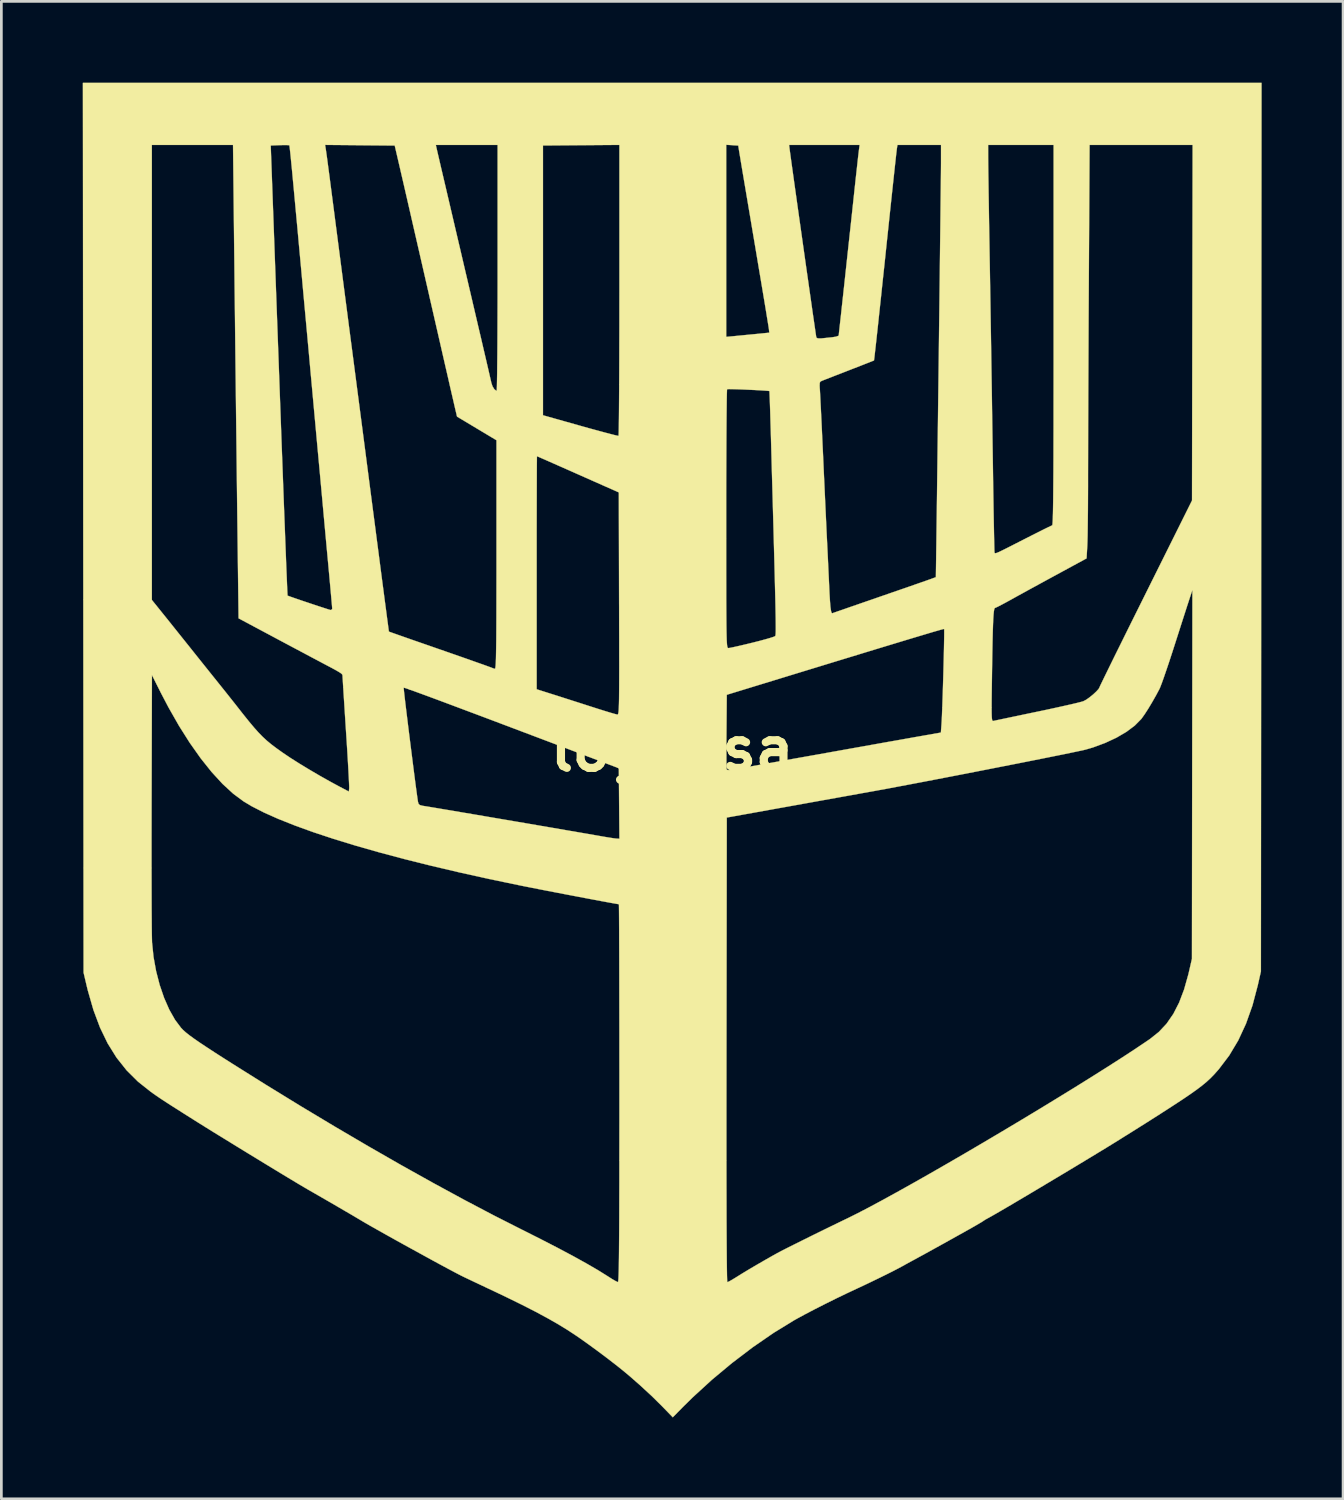
<source format=kicad_pcb>
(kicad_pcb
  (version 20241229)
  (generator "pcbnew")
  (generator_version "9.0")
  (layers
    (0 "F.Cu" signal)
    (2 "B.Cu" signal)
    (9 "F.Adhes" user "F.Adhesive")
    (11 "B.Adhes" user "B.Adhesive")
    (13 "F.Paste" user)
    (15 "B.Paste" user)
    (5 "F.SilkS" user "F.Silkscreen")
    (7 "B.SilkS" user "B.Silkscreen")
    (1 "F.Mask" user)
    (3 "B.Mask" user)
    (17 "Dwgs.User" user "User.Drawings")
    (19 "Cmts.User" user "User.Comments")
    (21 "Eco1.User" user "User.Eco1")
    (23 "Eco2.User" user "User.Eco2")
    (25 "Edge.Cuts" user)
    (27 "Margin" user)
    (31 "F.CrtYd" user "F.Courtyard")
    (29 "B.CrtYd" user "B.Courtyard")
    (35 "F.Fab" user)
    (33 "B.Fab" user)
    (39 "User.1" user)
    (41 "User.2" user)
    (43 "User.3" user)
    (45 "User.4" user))
  (footprint "logousa"
    (layer "F.Cu")
    (at 21.723 24.558)
    (property "Reference" "logousa" (at 0 0 0) (layer "F.SilkS") (effects (font (size 1.524 1.524) (thickness 0.3))))
    (attr through_hole)
    (fp_poly (pts (xy 21.706 -8.181) (xy 21.695 8.191) (xy 21.58 8.7) (xy 21.384 9.444) (xy 21.144 10.12) (xy 20.859 10.734) (xy 20.526 11.291) (xy 20.141 11.798) (xy 20.111 11.832) (xy 19.976 11.984) (xy 19.841 12.123) (xy 19.696 12.257) (xy 19.531 12.394) (xy 19.338 12.541) (xy 19.107 12.705) (xy 18.828 12.895) (xy 18.491 13.116) (xy 18.274 13.257) (xy 18.084 13.379) (xy 17.915 13.488) (xy 17.754 13.59) (xy 17.589 13.695) (xy 17.408 13.81) (xy 17.197 13.942) (xy 16.945 14.101) (xy 16.638 14.292) (xy 16.489 14.386) (xy 16.268 14.523) (xy 15.998 14.689) (xy 15.687 14.878) (xy 15.344 15.086) (xy 14.977 15.308) (xy 14.593 15.539) (xy 14.201 15.774) (xy 13.809 16.008) (xy 13.426 16.237) (xy 13.058 16.456) (xy 12.715 16.659) (xy 12.404 16.843) (xy 12.133 17.001) (xy 11.911 17.13) (xy 11.746 17.224) (xy 11.65 17.277) (xy 11.543 17.336) (xy 11.466 17.386) (xy 11.46 17.391) (xy 11.406 17.426) (xy 11.292 17.493) (xy 11.136 17.584) (xy 10.951 17.689) (xy 10.901 17.717) (xy 10.45 17.969) (xy 10.033 18.201) (xy 9.658 18.409) (xy 9.334 18.588) (xy 9.07 18.732) (xy 8.954 18.796) (xy 8.781 18.889) (xy 8.619 18.978) (xy 8.495 19.047) (xy 8.467 19.062) (xy 8.32 19.141) (xy 8.114 19.248) (xy 7.864 19.373) (xy 7.587 19.509) (xy 7.301 19.647) (xy 7.023 19.78) (xy 6.816 19.876) (xy 6.436 20.054) (xy 6.036 20.247) (xy 5.635 20.446) (xy 5.25 20.642) (xy 4.899 20.825) (xy 4.599 20.988) (xy 4.487 21.051) (xy 3.734 21.513) (xy 2.967 22.042) (xy 2.203 22.623) (xy 1.459 23.243) (xy 0.753 23.89) (xy 0.402 24.236) (xy 0.021 24.623) (xy -0.374 24.216) (xy -0.757 23.837) (xy -1.2 23.429) (xy -1.593 23.085) (xy -1.824 22.893) (xy -2.107 22.668) (xy -2.425 22.423) (xy -2.758 22.173) (xy -3.09 21.931) (xy -3.401 21.71) (xy -3.535 21.618) (xy -3.863 21.402) (xy -4.219 21.185) (xy -4.61 20.962) (xy -5.047 20.727) (xy -5.538 20.476) (xy -6.093 20.204) (xy -6.562 19.98) (xy -6.832 19.853) (xy -7.089 19.731) (xy -7.318 19.623) (xy -7.507 19.533) (xy -7.64 19.47) (xy -7.682 19.45) (xy -7.809 19.387) (xy -8 19.287) (xy -8.243 19.158) (xy -8.529 19.004) (xy -8.848 18.831) (xy -9.189 18.644) (xy -9.542 18.45) (xy -9.897 18.255) (xy -10.243 18.063) (xy -10.57 17.88) (xy -10.867 17.713) (xy -11.125 17.567) (xy -11.333 17.447) (xy -11.451 17.377) (xy -11.596 17.291) (xy -11.798 17.171) (xy -12.044 17.028) (xy -12.318 16.868) (xy -12.603 16.702) (xy -12.886 16.539) (xy -13.151 16.386) (xy -13.383 16.253) (xy -13.399 16.244) (xy -13.546 16.158) (xy -13.756 16.034) (xy -14.019 15.876) (xy -14.326 15.691) (xy -14.667 15.484) (xy -15.032 15.262) (xy -15.412 15.03) (xy -15.799 14.794) (xy -16.181 14.559) (xy -16.55 14.332) (xy -16.897 14.119) (xy -17.211 13.924) (xy -17.483 13.754) (xy -17.653 13.647) (xy -17.981 13.44) (xy -18.246 13.271) (xy -18.461 13.135) (xy -18.633 13.024) (xy -18.774 12.932) (xy -18.893 12.853) (xy -19 12.78) (xy -19.105 12.707) (xy -19.213 12.63) (xy -19.687 12.254) (xy -20.108 11.835) (xy -20.48 11.366) (xy -20.805 10.844) (xy -21.087 10.261) (xy -21.33 9.612) (xy -21.537 8.892) (xy -21.579 8.719) (xy -21.693 8.234) (xy -21.697 3.814) (xy -19.188 3.814) (xy -19.188 4.38) (xy -19.187 4.91) (xy -19.186 5.399) (xy -19.185 5.841) (xy -19.182 6.23) (xy -19.18 6.558) (xy -19.177 6.821) (xy -19.173 7.013) (xy -19.17 7.126) (xy -19.169 7.133) (xy -19.115 7.659) (xy -19.02 8.182) (xy -18.889 8.688) (xy -18.726 9.165) (xy -18.536 9.598) (xy -18.323 9.974) (xy -18.101 10.271) (xy -18.024 10.351) (xy -17.923 10.441) (xy -17.792 10.545) (xy -17.625 10.667) (xy -17.415 10.812) (xy -17.155 10.985) (xy -16.84 11.191) (xy -16.461 11.433) (xy -16.235 11.577) (xy -14.964 12.374) (xy -13.695 13.153) (xy -12.435 13.909) (xy -11.193 14.638) (xy -9.976 15.336) (xy -8.793 15.996) (xy -7.652 16.616) (xy -6.559 17.191) (xy -5.567 17.694) (xy -4.853 18.053) (xy -4.215 18.382) (xy -3.651 18.682) (xy -3.16 18.954) (xy -2.737 19.2) (xy -2.382 19.421) (xy -2.347 19.444) (xy -2.205 19.534) (xy -2.086 19.602) (xy -2.011 19.637) (xy -2 19.64) (xy -1.993 19.625) (xy -1.987 19.578) (xy -1.981 19.495) (xy -1.976 19.373) (xy -1.971 19.21) (xy -1.967 19) (xy -1.963 18.742) (xy -1.96 18.433) (xy -1.957 18.068) (xy -1.954 17.645) (xy -1.952 17.16) (xy -1.951 16.61) (xy -1.949 15.992) (xy -1.949 15.303) (xy -1.948 14.539) (xy -1.948 14.255) (xy 1.998 14.255) (xy 1.998 15.153) (xy 1.999 15.97) (xy 2.001 16.706) (xy 2.002 17.361) (xy 2.005 17.935) (xy 2.008 18.426) (xy 2.011 18.835) (xy 2.015 19.161) (xy 2.019 19.403) (xy 2.024 19.562) (xy 2.029 19.636) (xy 2.031 19.643) (xy 2.085 19.621) (xy 2.189 19.564) (xy 2.323 19.483) (xy 2.36 19.46) (xy 2.57 19.329) (xy 2.833 19.17) (xy 3.127 18.997) (xy 3.432 18.821) (xy 3.724 18.655) (xy 3.852 18.584) (xy 3.991 18.51) (xy 4.197 18.404) (xy 4.46 18.272) (xy 4.771 18.117) (xy 5.119 17.944) (xy 5.496 17.758) (xy 5.892 17.565) (xy 6.297 17.368) (xy 6.477 17.282) (xy 6.839 17.101) (xy 7.266 16.879) (xy 7.749 16.619) (xy 8.282 16.326) (xy 8.858 16.004) (xy 9.47 15.657) (xy 10.111 15.289) (xy 10.773 14.905) (xy 11.449 14.508) (xy 12.133 14.103) (xy 12.818 13.694) (xy 13.495 13.286) (xy 14.159 12.881) (xy 14.802 12.486) (xy 15.417 12.103) (xy 15.998 11.737) (xy 16.536 11.393) (xy 17.024 11.074) (xy 17.457 10.784) (xy 17.608 10.681) (xy 17.935 10.42) (xy 18.22 10.115) (xy 18.467 9.757) (xy 18.68 9.341) (xy 18.863 8.859) (xy 19.02 8.303) (xy 19.056 8.149) (xy 19.153 7.726) (xy 19.17 -5.863) (xy 19.071 -5.567) (xy 19.035 -5.456) (xy 18.976 -5.276) (xy 18.9 -5.039) (xy 18.809 -4.757) (xy 18.708 -4.441) (xy 18.6 -4.104) (xy 18.52 -3.854) (xy 18.41 -3.513) (xy 18.304 -3.19) (xy 18.204 -2.894) (xy 18.116 -2.638) (xy 18.042 -2.432) (xy 17.986 -2.287) (xy 17.959 -2.224) (xy 17.83 -1.982) (xy 17.687 -1.731) (xy 17.544 -1.492) (xy 17.411 -1.286) (xy 17.301 -1.131) (xy 17.281 -1.106) (xy 17.046 -0.868) (xy 16.739 -0.638) (xy 16.372 -0.423) (xy 15.958 -0.23) (xy 15.51 -0.064) (xy 15.24 0.015) (xy 15.141 0.039) (xy 14.966 0.076) (xy 14.723 0.127) (xy 14.42 0.19) (xy 14.062 0.262) (xy 13.659 0.343) (xy 13.217 0.431) (xy 12.744 0.525) (xy 12.248 0.622) (xy 11.735 0.723) (xy 11.213 0.825) (xy 10.69 0.927) (xy 10.173 1.027) (xy 9.669 1.124) (xy 9.186 1.217) (xy 8.732 1.303) (xy 8.313 1.382) (xy 7.938 1.453) (xy 7.613 1.512) (xy 7.429 1.546) (xy 7.03 1.617) (xy 6.567 1.701) (xy 6.061 1.792) (xy 5.531 1.887) (xy 4.999 1.983) (xy 4.483 2.076) (xy 4.005 2.162) (xy 3.937 2.174) (xy 2.011 2.521) (xy 2 11.082) (xy 1.999 12.219) (xy 1.998 13.277) (xy 1.998 14.255) (xy -1.948 14.255) (xy -1.947 13.697) (xy -1.947 12.774) (xy -1.947 12.679) (xy -1.947 11.918) (xy -1.948 11.18) (xy -1.948 10.47) (xy -1.949 9.792) (xy -1.95 9.151) (xy -1.951 8.55) (xy -1.952 7.995) (xy -1.953 7.49) (xy -1.955 7.038) (xy -1.956 6.646) (xy -1.958 6.316) (xy -1.96 6.054) (xy -1.962 5.863) (xy -1.964 5.749) (xy -1.965 5.715) (xy -2.019 5.707) (xy -2.145 5.685) (xy -2.335 5.651) (xy -2.577 5.606) (xy -2.862 5.553) (xy -3.18 5.493) (xy -3.52 5.428) (xy -3.872 5.361) (xy -4.227 5.293) (xy -4.575 5.226) (xy -4.904 5.162) (xy -5.206 5.102) (xy -5.47 5.05) (xy -5.609 5.022) (xy -6.747 4.785) (xy -7.839 4.543) (xy -8.881 4.298) (xy -9.87 4.051) (xy -10.804 3.802) (xy -11.678 3.553) (xy -12.489 3.304) (xy -13.235 3.057) (xy -13.912 2.812) (xy -14.517 2.571) (xy -15.047 2.335) (xy -15.498 2.104) (xy -15.797 1.925) (xy -16.18 1.641) (xy -16.574 1.278) (xy -16.974 0.842) (xy -17.377 0.337) (xy -17.779 -0.232) (xy -18.176 -0.859) (xy -18.564 -1.54) (xy -18.84 -2.067) (xy -19.174 -2.731) (xy -19.186 1.968) (xy -19.187 2.603) (xy -19.188 3.22) (xy -19.188 3.814) (xy -21.697 3.814) (xy -21.706 -8.16) (xy -21.716 -22.267) (xy -19.177 -22.267) (xy -19.177 -5.5) (xy -18.744 -4.962) (xy -18.568 -4.743) (xy -18.359 -4.482) (xy -18.137 -4.204) (xy -17.921 -3.934) (xy -17.788 -3.768) (xy -17.584 -3.512) (xy -17.358 -3.229) (xy -17.13 -2.944) (xy -16.921 -2.683) (xy -16.806 -2.54) (xy -16.63 -2.32) (xy -16.448 -2.093) (xy -16.279 -1.88) (xy -16.137 -1.701) (xy -16.081 -1.63) (xy -15.822 -1.3) (xy -15.603 -1.027) (xy -15.415 -0.802) (xy -15.249 -0.615) (xy -15.093 -0.455) (xy -14.939 -0.313) (xy -14.776 -0.178) (xy -14.595 -0.041) (xy -14.385 0.109) (xy -14.351 0.133) (xy -14.075 0.319) (xy -13.741 0.531) (xy -13.37 0.756) (xy -12.979 0.985) (xy -12.588 1.205) (xy -12.298 1.362) (xy -11.917 1.563) (xy -11.904 1.445) (xy -11.904 1.38) (xy -11.91 1.239) (xy -11.92 1.032) (xy -11.934 0.766) (xy -11.952 0.452) (xy -11.973 0.099) (xy -11.997 -0.286) (xy -12.021 -0.651) (xy -12.047 -1.054) (xy -12.071 -1.433) (xy -12.093 -1.778) (xy -12.113 -2.081) (xy -12.124 -2.267) (xy -9.897 -2.267) (xy -9.894 -2.224) (xy -9.882 -2.106) (xy -9.862 -1.925) (xy -9.834 -1.688) (xy -9.8 -1.406) (xy -9.761 -1.089) (xy -9.719 -0.746) (xy -9.674 -0.387) (xy -9.628 -0.022) (xy -9.582 0.34) (xy -9.538 0.688) (xy -9.496 1.014) (xy -9.458 1.307) (xy -9.424 1.557) (xy -9.397 1.756) (xy -9.377 1.893) (xy -9.371 1.933) (xy -9.348 2.015) (xy -9.302 2.06) (xy -9.205 2.086) (xy -9.151 2.095) (xy -9.065 2.108) (xy -8.904 2.135) (xy -8.676 2.173) (xy -8.387 2.222) (xy -8.046 2.279) (xy -7.661 2.345) (xy -7.24 2.416) (xy -6.79 2.493) (xy -6.319 2.573) (xy -5.835 2.656) (xy -5.346 2.739) (xy -4.86 2.823) (xy -4.385 2.904) (xy -3.928 2.983) (xy -3.497 3.057) (xy -3.101 3.125) (xy -2.746 3.187) (xy -2.477 3.234) (xy -2.304 3.262) (xy -2.154 3.285) (xy -2.054 3.297) (xy -2.042 3.297) (xy -1.946 3.302) (xy -1.968 0.703) (xy -3.852 -0.011) (xy -3.867 -0.017) (xy 1.997 -0.017) (xy 1.997 0.251) (xy 1.998 0.471) (xy 2.001 0.634) (xy 2.005 0.728) (xy 2.007 0.746) (xy 2.05 0.773) (xy 2.154 0.769) (xy 2.23 0.756) (xy 2.328 0.738) (xy 2.495 0.708) (xy 2.718 0.668) (xy 2.982 0.621) (xy 3.272 0.569) (xy 3.493 0.53) (xy 3.756 0.483) (xy 4.088 0.424) (xy 4.476 0.354) (xy 4.905 0.278) (xy 5.361 0.197) (xy 5.83 0.113) (xy 6.299 0.029) (xy 6.668 -0.037) (xy 7.102 -0.114) (xy 7.53 -0.191) (xy 7.939 -0.264) (xy 8.32 -0.331) (xy 8.661 -0.392) (xy 8.952 -0.444) (xy 9.181 -0.484) (xy 9.338 -0.512) (xy 9.342 -0.513) (xy 9.901 -0.611) (xy 9.923 -0.909) (xy 9.931 -1.035) (xy 9.94 -1.223) (xy 9.949 -1.463) (xy 9.952 -1.531) (xy 11.771 -1.531) (xy 11.772 -1.353) (xy 11.775 -1.223) (xy 11.781 -1.134) (xy 11.79 -1.078) (xy 11.802 -1.049) (xy 11.817 -1.039) (xy 11.836 -1.04) (xy 11.838 -1.04) (xy 11.896 -1.053) (xy 12.028 -1.081) (xy 12.223 -1.122) (xy 12.471 -1.174) (xy 12.763 -1.235) (xy 13.089 -1.304) (xy 13.439 -1.377) (xy 13.441 -1.377) (xy 13.797 -1.452) (xy 14.133 -1.525) (xy 14.44 -1.593) (xy 14.706 -1.653) (xy 14.921 -1.704) (xy 15.073 -1.743) (xy 15.151 -1.766) (xy 15.254 -1.82) (xy 15.38 -1.909) (xy 15.512 -2.016) (xy 15.629 -2.125) (xy 15.714 -2.219) (xy 15.748 -2.282) (xy 15.748 -2.283) (xy 15.766 -2.326) (xy 15.82 -2.438) (xy 15.906 -2.616) (xy 16.022 -2.853) (xy 16.165 -3.145) (xy 16.332 -3.485) (xy 16.522 -3.868) (xy 16.73 -4.289) (xy 16.955 -4.743) (xy 17.194 -5.223) (xy 17.444 -5.726) (xy 17.452 -5.742) (xy 19.156 -9.165) (xy 19.167 -15.716) (xy 19.178 -22.267) (xy 15.381 -22.267) (xy 15.353 -17.244) (xy 15.349 -16.548) (xy 15.345 -15.842) (xy 15.342 -15.135) (xy 15.339 -14.434) (xy 15.336 -13.749) (xy 15.333 -13.089) (xy 15.331 -12.461) (xy 15.328 -11.875) (xy 15.327 -11.338) (xy 15.326 -10.86) (xy 15.325 -10.45) (xy 15.324 -10.114) (xy 15.324 -10.1) (xy 15.324 -9.665) (xy 15.322 -9.241) (xy 15.32 -8.838) (xy 15.316 -8.466) (xy 15.312 -8.136) (xy 15.308 -7.86) (xy 15.302 -7.646) (xy 15.297 -7.507) (xy 15.297 -7.505) (xy 15.27 -7.03) (xy 14.165 -6.43) (xy 13.85 -6.259) (xy 13.528 -6.083) (xy 13.214 -5.912) (xy 12.927 -5.754) (xy 12.681 -5.619) (xy 12.5 -5.518) (xy 12.303 -5.41) (xy 12.13 -5.318) (xy 11.997 -5.249) (xy 11.917 -5.212) (xy 11.901 -5.207) (xy 11.883 -5.194) (xy 11.867 -5.153) (xy 11.854 -5.077) (xy 11.842 -4.959) (xy 11.831 -4.795) (xy 11.822 -4.578) (xy 11.813 -4.302) (xy 11.805 -3.962) (xy 11.797 -3.551) (xy 11.789 -3.063) (xy 11.786 -2.871) (xy 11.78 -2.427) (xy 11.775 -2.061) (xy 11.772 -1.765) (xy 11.771 -1.531) (xy 9.952 -1.531) (xy 9.959 -1.743) (xy 9.97 -2.053) (xy 9.98 -2.381) (xy 9.99 -2.719) (xy 9.999 -3.053) (xy 10.007 -3.375) (xy 10.014 -3.672) (xy 10.019 -3.935) (xy 10.023 -4.152) (xy 10.024 -4.314) (xy 10.023 -4.408) (xy 10.021 -4.429) (xy 10.005 -4.427) (xy 9.96 -4.417) (xy 9.883 -4.396) (xy 9.771 -4.364) (xy 9.62 -4.321) (xy 9.429 -4.264) (xy 9.192 -4.193) (xy 8.908 -4.108) (xy 8.573 -4.007) (xy 8.184 -3.889) (xy 7.738 -3.754) (xy 7.232 -3.6) (xy 6.663 -3.426) (xy 6.026 -3.232) (xy 5.321 -3.016) (xy 4.542 -2.778) (xy 3.687 -2.516) (xy 3.154 -2.353) (xy 2.011 -2.003) (xy 2 -0.653) (xy 1.997 -0.322) (xy 1.997 -0.017) (xy -3.867 -0.017) (xy -4.761 -0.355) (xy -5.592 -0.669) (xy -6.346 -0.954) (xy -7.024 -1.21) (xy -7.627 -1.436) (xy -8.157 -1.635) (xy -8.614 -1.806) (xy -9 -1.949) (xy -9.316 -2.065) (xy -9.562 -2.155) (xy -9.74 -2.218) (xy -9.851 -2.255) (xy -9.896 -2.267) (xy -9.897 -2.267) (xy -12.124 -2.267) (xy -12.128 -2.334) (xy -12.14 -2.527) (xy -12.148 -2.653) (xy -12.15 -2.702) (xy -12.153 -2.73) (xy -12.168 -2.759) (xy -12.205 -2.793) (xy -12.273 -2.838) (xy -12.382 -2.902) (xy -12.541 -2.989) (xy -12.761 -3.105) (xy -12.921 -3.19) (xy -13.088 -3.279) (xy -13.317 -3.4) (xy -13.592 -3.547) (xy -13.901 -3.711) (xy -14.228 -3.885) (xy -14.56 -4.062) (xy -14.711 -4.143) (xy -15.981 -4.821) (xy -16.009 -7.056) (xy -16.015 -7.536) (xy -16.022 -8.092) (xy -16.03 -8.718) (xy -16.038 -9.405) (xy -16.047 -10.147) (xy -16.056 -10.934) (xy -16.066 -11.759) (xy -16.076 -12.616) (xy -16.086 -13.495) (xy -16.097 -14.389) (xy -16.107 -15.291) (xy -16.117 -16.193) (xy -16.128 -17.087) (xy -16.137 -17.966) (xy -16.147 -18.821) (xy -16.156 -19.645) (xy -16.157 -19.717) (xy -16.185 -22.246) (xy -14.796 -22.246) (xy -14.493 -13.957) (xy -14.463 -13.126) (xy -14.433 -12.318) (xy -14.405 -11.537) (xy -14.377 -10.786) (xy -14.35 -10.07) (xy -14.325 -9.394) (xy -14.301 -8.76) (xy -14.278 -8.174) (xy -14.258 -7.638) (xy -14.239 -7.158) (xy -14.223 -6.737) (xy -14.208 -6.379) (xy -14.196 -6.089) (xy -14.187 -5.87) (xy -14.18 -5.726) (xy -14.176 -5.662) (xy -14.176 -5.659) (xy -14.125 -5.639) (xy -14.01 -5.598) (xy -13.845 -5.541) (xy -13.646 -5.473) (xy -13.428 -5.4) (xy -13.208 -5.326) (xy -12.999 -5.257) (xy -12.817 -5.198) (xy -12.678 -5.153) (xy -12.597 -5.129) (xy -12.584 -5.126) (xy -12.535 -5.156) (xy -12.531 -5.177) (xy -12.534 -5.232) (xy -12.545 -5.36) (xy -12.562 -5.55) (xy -12.583 -5.788) (xy -12.608 -6.065) (xy -12.636 -6.369) (xy -12.636 -6.373) (xy -12.662 -6.654) (xy -12.695 -7.013) (xy -12.735 -7.441) (xy -12.78 -7.931) (xy -12.83 -8.476) (xy -12.884 -9.069) (xy -12.942 -9.701) (xy -13.003 -10.367) (xy -13.067 -11.057) (xy -13.132 -11.766) (xy -13.198 -12.485) (xy -13.264 -13.208) (xy -13.33 -13.927) (xy -13.394 -14.634) (xy -13.457 -15.322) (xy -13.518 -15.984) (xy -13.576 -16.613) (xy -13.613 -17.018) (xy -13.685 -17.813) (xy -13.751 -18.527) (xy -13.809 -19.165) (xy -13.862 -19.73) (xy -13.908 -20.226) (xy -13.948 -20.657) (xy -13.983 -21.027) (xy -14.012 -21.34) (xy -14.038 -21.6) (xy -14.058 -21.81) (xy -14.075 -21.974) (xy -14.089 -22.097) (xy -14.099 -22.182) (xy -14.106 -22.232) (xy -14.111 -22.253) (xy -14.112 -22.254) (xy -14.159 -22.26) (xy -14.269 -22.263) (xy -14.421 -22.26) (xy -14.462 -22.259) (xy -14.796 -22.246) (xy -16.185 -22.246) (xy -16.185 -22.267) (xy -19.177 -22.267) (xy -21.716 -22.267) (xy -21.716 -22.269) (xy -12.792 -22.269) (xy -12.767 -22.109) (xy -12.757 -22.043) (xy -12.743 -21.944) (xy -12.724 -21.809) (xy -12.7 -21.629) (xy -12.67 -21.4) (xy -12.632 -21.115) (xy -12.587 -20.768) (xy -12.533 -20.353) (xy -12.469 -19.863) (xy -12.427 -19.537) (xy -12.398 -19.313) (xy -12.359 -19.015) (xy -12.312 -18.651) (xy -12.257 -18.229) (xy -12.196 -17.76) (xy -12.13 -17.252) (xy -12.06 -16.714) (xy -11.987 -16.156) (xy -11.913 -15.585) (xy -11.838 -15.012) (xy -11.815 -14.838) (xy -11.729 -14.18) (xy -11.635 -13.459) (xy -11.535 -12.692) (xy -11.431 -11.897) (xy -11.326 -11.09) (xy -11.222 -10.29) (xy -11.121 -9.513) (xy -11.025 -8.777) (xy -10.936 -8.1) (xy -10.899 -7.811) (xy -10.829 -7.279) (xy -10.763 -6.771) (xy -10.701 -6.295) (xy -10.643 -5.856) (xy -10.591 -5.459) (xy -10.545 -5.113) (xy -10.507 -4.822) (xy -10.476 -4.593) (xy -10.455 -4.432) (xy -10.443 -4.345) (xy -10.44 -4.332) (xy -10.4 -4.317) (xy -10.288 -4.277) (xy -10.112 -4.215) (xy -9.879 -4.133) (xy -9.597 -4.034) (xy -9.274 -3.922) (xy -8.917 -3.798) (xy -8.536 -3.665) (xy -8.532 -3.664) (xy -8.15 -3.531) (xy -7.792 -3.406) (xy -7.467 -3.292) (xy -7.183 -3.191) (xy -6.947 -3.108) (xy -6.768 -3.043) (xy -6.653 -3.001) (xy -6.61 -2.983) (xy -6.61 -2.983) (xy -6.555 -2.965) (xy -6.533 -2.963) (xy -6.524 -2.975) (xy -6.516 -3.014) (xy -6.508 -3.084) (xy -6.502 -3.191) (xy -6.496 -3.337) (xy -6.492 -3.528) (xy -6.488 -3.769) (xy -6.484 -4.063) (xy -6.482 -4.415) (xy -6.48 -4.829) (xy -6.479 -5.311) (xy -6.478 -5.864) (xy -6.477 -6.493) (xy -6.477 -6.501) (xy -4.995 -6.501) (xy -4.995 -2.207) (xy -4.456 -2.036) (xy -4.246 -1.97) (xy -3.978 -1.884) (xy -3.675 -1.787) (xy -3.357 -1.685) (xy -3.049 -1.586) (xy -3.006 -1.572) (xy -2.739 -1.487) (xy -2.497 -1.411) (xy -2.291 -1.348) (xy -2.135 -1.303) (xy -2.041 -1.278) (xy -2.021 -1.274) (xy -2.009 -1.277) (xy -1.998 -1.289) (xy -1.989 -1.317) (xy -1.98 -1.364) (xy -1.973 -1.436) (xy -1.968 -1.538) (xy -1.963 -1.674) (xy -1.959 -1.85) (xy -1.957 -2.071) (xy -1.955 -2.341) (xy -1.954 -2.665) (xy -1.953 -3.049) (xy -1.954 -3.497) (xy -1.954 -4.014) (xy -1.956 -4.606) (xy -1.957 -5.276) (xy -1.958 -5.366) (xy -1.966 -8.485) (xy 1.99 -8.485) (xy 1.99 -7.749) (xy 1.99 -7.093) (xy 1.99 -6.513) (xy 1.991 -6.003) (xy 1.991 -5.56) (xy 1.993 -5.178) (xy 1.995 -4.854) (xy 1.997 -4.581) (xy 2 -4.357) (xy 2.004 -4.175) (xy 2.008 -4.032) (xy 2.014 -3.924) (xy 2.02 -3.844) (xy 2.028 -3.789) (xy 2.037 -3.755) (xy 2.047 -3.736) (xy 2.058 -3.727) (xy 2.071 -3.725) (xy 2.075 -3.725) (xy 2.142 -3.735) (xy 2.276 -3.763) (xy 2.464 -3.805) (xy 2.69 -3.858) (xy 2.942 -3.919) (xy 2.954 -3.922) (xy 3.203 -3.985) (xy 3.425 -4.045) (xy 3.606 -4.097) (xy 3.733 -4.138) (xy 3.792 -4.164) (xy 3.793 -4.165) (xy 3.799 -4.174) (xy 3.804 -4.191) (xy 3.809 -4.22) (xy 3.812 -4.265) (xy 3.815 -4.329) (xy 3.816 -4.416) (xy 3.816 -4.529) (xy 3.815 -4.673) (xy 3.813 -4.852) (xy 3.809 -5.068) (xy 3.804 -5.327) (xy 3.797 -5.63) (xy 3.788 -5.984) (xy 3.778 -6.39) (xy 3.766 -6.853) (xy 3.752 -7.377) (xy 3.736 -7.965) (xy 3.718 -8.621) (xy 3.698 -9.349) (xy 3.675 -10.153) (xy 3.651 -11.036) (xy 3.641 -11.409) (xy 3.63 -11.788) (xy 3.619 -12.14) (xy 3.61 -12.456) (xy 3.601 -12.727) (xy 3.593 -12.944) (xy 3.587 -13.099) (xy 3.583 -13.183) (xy 3.582 -13.196) (xy 3.536 -13.203) (xy 3.423 -13.212) (xy 3.257 -13.223) (xy 3.056 -13.234) (xy 2.836 -13.244) (xy 2.614 -13.254) (xy 2.406 -13.262) (xy 2.228 -13.267) (xy 2.096 -13.269) (xy 2.028 -13.267) (xy 2.023 -13.266) (xy 2.018 -13.222) (xy 2.014 -13.098) (xy 2.01 -12.901) (xy 2.007 -12.635) (xy 2.003 -12.306) (xy 2 -11.919) (xy 1.997 -11.48) (xy 1.995 -10.993) (xy 1.993 -10.465) (xy 1.991 -9.901) (xy 1.99 -9.306) (xy 1.99 -8.685) (xy 1.99 -8.485) (xy -1.966 -8.485) (xy -1.968 -9.461) (xy -3.471 -10.128) (xy -3.804 -10.276) (xy -4.112 -10.412) (xy -4.386 -10.533) (xy -4.619 -10.636) (xy -4.801 -10.716) (xy -4.925 -10.77) (xy -4.982 -10.794) (xy -4.984 -10.795) (xy -4.986 -10.754) (xy -4.987 -10.633) (xy -4.989 -10.439) (xy -4.99 -10.178) (xy -4.991 -9.854) (xy -4.992 -9.474) (xy -4.993 -9.042) (xy -4.994 -8.566) (xy -4.995 -8.05) (xy -4.995 -7.5) (xy -4.995 -6.921) (xy -4.995 -6.501) (xy -6.477 -6.501) (xy -6.477 -7.174) (xy -6.477 -11.384) (xy -7.204 -11.82) (xy -7.93 -12.255) (xy -8.01 -12.594) (xy -8.031 -12.685) (xy -8.069 -12.852) (xy -8.124 -13.089) (xy -8.193 -13.388) (xy -8.274 -13.744) (xy -8.368 -14.151) (xy -8.471 -14.601) (xy -8.582 -15.088) (xy -8.701 -15.607) (xy -8.825 -16.149) (xy -8.954 -16.709) (xy -8.956 -16.722) (xy -9.088 -17.297) (xy -9.218 -17.865) (xy -9.345 -18.419) (xy -9.467 -18.95) (xy -9.582 -19.451) (xy -9.688 -19.915) (xy -9.784 -20.333) (xy -9.868 -20.698) (xy -9.938 -21.002) (xy -9.993 -21.238) (xy -10.025 -21.378) (xy -10.227 -22.246) (xy -11.51 -22.257) (xy -12.649 -22.267) (xy -8.712 -22.267) (xy -8.673 -22.094) (xy -8.655 -22.016) (xy -8.62 -21.865) (xy -8.57 -21.651) (xy -8.508 -21.384) (xy -8.435 -21.074) (xy -8.354 -20.729) (xy -8.268 -20.361) (xy -8.23 -20.2) (xy -8.132 -19.78) (xy -8.03 -19.344) (xy -7.928 -18.907) (xy -7.829 -18.487) (xy -7.738 -18.098) (xy -7.659 -17.759) (xy -7.595 -17.486) (xy -7.594 -17.484) (xy -7.524 -17.184) (xy -7.439 -16.822) (xy -7.345 -16.419) (xy -7.246 -15.996) (xy -7.147 -15.572) (xy -7.052 -15.17) (xy -7.029 -15.071) (xy -6.95 -14.73) (xy -6.875 -14.41) (xy -6.808 -14.122) (xy -6.751 -13.875) (xy -6.707 -13.682) (xy -6.677 -13.553) (xy -6.667 -13.504) (xy -6.623 -13.373) (xy -6.558 -13.267) (xy -6.488 -13.211) (xy -6.47 -13.208) (xy -6.466 -13.249) (xy -6.461 -13.37) (xy -6.457 -13.564) (xy -6.452 -13.827) (xy -6.449 -14.152) (xy -6.445 -14.535) (xy -6.442 -14.969) (xy -6.44 -15.45) (xy -6.438 -15.971) (xy -6.436 -16.528) (xy -6.435 -17.115) (xy -6.435 -17.726) (xy -6.435 -22.246) (xy -4.763 -22.246) (xy -4.763 -12.305) (xy -3.387 -11.917) (xy -3.06 -11.825) (xy -2.758 -11.743) (xy -2.493 -11.671) (xy -2.272 -11.613) (xy -2.107 -11.571) (xy -2.006 -11.549) (xy -1.979 -11.545) (xy -1.975 -11.589) (xy -1.971 -11.712) (xy -1.968 -11.91) (xy -1.964 -12.177) (xy -1.961 -12.509) (xy -1.958 -12.9) (xy -1.955 -13.345) (xy -1.955 -13.451) (xy 5.432 -13.451) (xy 5.435 -13.333) (xy 5.442 -13.235) (xy 5.448 -13.135) (xy 5.457 -12.96) (xy 5.469 -12.718) (xy 5.484 -12.419) (xy 5.501 -12.072) (xy 5.519 -11.685) (xy 5.538 -11.268) (xy 5.559 -10.83) (xy 5.568 -10.626) (xy 5.589 -10.158) (xy 5.611 -9.689) (xy 5.632 -9.231) (xy 5.652 -8.795) (xy 5.671 -8.393) (xy 5.687 -8.037) (xy 5.702 -7.74) (xy 5.713 -7.512) (xy 5.715 -7.472) (xy 5.73 -7.167) (xy 5.745 -6.848) (xy 5.759 -6.541) (xy 5.772 -6.272) (xy 5.78 -6.096) (xy 5.796 -5.741) (xy 5.813 -5.464) (xy 5.829 -5.259) (xy 5.848 -5.119) (xy 5.868 -5.037) (xy 5.891 -5.008) (xy 5.899 -5.008) (xy 5.949 -5.026) (xy 6.069 -5.068) (xy 6.253 -5.131) (xy 6.49 -5.214) (xy 6.774 -5.312) (xy 7.094 -5.423) (xy 7.443 -5.543) (xy 7.62 -5.605) (xy 7.987 -5.732) (xy 8.337 -5.853) (xy 8.659 -5.964) (xy 8.944 -6.064) (xy 9.182 -6.147) (xy 9.363 -6.21) (xy 9.478 -6.251) (xy 9.504 -6.26) (xy 9.716 -6.338) (xy 9.726 -6.99) (xy 9.729 -7.245) (xy 9.734 -7.568) (xy 9.739 -7.953) (xy 9.745 -8.394) (xy 9.752 -8.886) (xy 9.759 -9.424) (xy 9.766 -10.002) (xy 9.774 -10.615) (xy 9.782 -11.256) (xy 9.791 -11.921) (xy 9.799 -12.604) (xy 9.808 -13.299) (xy 9.817 -14.001) (xy 9.826 -14.704) (xy 9.834 -15.403) (xy 9.843 -16.092) (xy 9.851 -16.767) (xy 9.859 -17.42) (xy 9.866 -18.047) (xy 9.873 -18.642) (xy 9.88 -19.201) (xy 9.886 -19.716) (xy 9.891 -20.182) (xy 9.896 -20.595) (xy 9.9 -20.949) (xy 9.903 -21.238) (xy 9.905 -21.456) (xy 9.906 -21.598) (xy 9.906 -21.643) (xy 9.906 -22.267) (xy 11.642 -22.267) (xy 11.643 -21.812) (xy 11.644 -21.7) (xy 11.646 -21.51) (xy 11.649 -21.249) (xy 11.654 -20.927) (xy 11.659 -20.548) (xy 11.666 -20.121) (xy 11.673 -19.654) (xy 11.681 -19.152) (xy 11.69 -18.625) (xy 11.699 -18.078) (xy 11.704 -17.801) (xy 11.715 -17.141) (xy 11.727 -16.416) (xy 11.739 -15.646) (xy 11.752 -14.847) (xy 11.764 -14.037) (xy 11.777 -13.233) (xy 11.788 -12.454) (xy 11.799 -11.717) (xy 11.809 -11.039) (xy 11.813 -10.774) (xy 11.821 -10.238) (xy 11.828 -9.727) (xy 11.836 -9.246) (xy 11.843 -8.802) (xy 11.85 -8.4) (xy 11.857 -8.049) (xy 11.863 -7.753) (xy 11.868 -7.52) (xy 11.872 -7.355) (xy 11.876 -7.265) (xy 11.877 -7.25) (xy 11.883 -7.232) (xy 11.894 -7.22) (xy 11.918 -7.22) (xy 11.964 -7.234) (xy 12.039 -7.265) (xy 12.152 -7.319) (xy 12.311 -7.398) (xy 12.524 -7.506) (xy 12.799 -7.647) (xy 12.996 -7.747) (xy 13.259 -7.881) (xy 13.498 -8.001) (xy 13.702 -8.104) (xy 13.862 -8.182) (xy 13.966 -8.232) (xy 14.002 -8.248) (xy 14.009 -8.265) (xy 14.015 -8.314) (xy 14.021 -8.4) (xy 14.026 -8.524) (xy 14.031 -8.691) (xy 14.035 -8.903) (xy 14.039 -9.164) (xy 14.042 -9.476) (xy 14.045 -9.844) (xy 14.048 -10.271) (xy 14.05 -10.759) (xy 14.051 -11.312) (xy 14.053 -11.933) (xy 14.053 -12.625) (xy 14.054 -13.392) (xy 14.055 -14.237) (xy 14.055 -15.163) (xy 14.055 -15.264) (xy 14.055 -22.267) (xy 11.642 -22.267) (xy 9.906 -22.267) (xy 8.301 -22.267) (xy 8.279 -22.13) (xy 8.271 -22.064) (xy 8.254 -21.922) (xy 8.231 -21.711) (xy 8.201 -21.438) (xy 8.166 -21.112) (xy 8.126 -20.74) (xy 8.082 -20.33) (xy 8.035 -19.889) (xy 7.986 -19.424) (xy 7.98 -19.367) (xy 7.898 -18.594) (xy 7.823 -17.877) (xy 7.752 -17.216) (xy 7.689 -16.617) (xy 7.631 -16.081) (xy 7.581 -15.61) (xy 7.537 -15.209) (xy 7.501 -14.879) (xy 7.472 -14.623) (xy 7.452 -14.444) (xy 7.439 -14.345) (xy 7.436 -14.324) (xy 7.396 -14.308) (xy 7.289 -14.265) (xy 7.125 -14.201) (xy 6.917 -14.119) (xy 6.674 -14.025) (xy 6.54 -13.973) (xy 6.277 -13.87) (xy 6.033 -13.776) (xy 5.824 -13.694) (xy 5.661 -13.631) (xy 5.559 -13.591) (xy 5.536 -13.582) (xy 5.476 -13.555) (xy 5.444 -13.519) (xy 5.432 -13.451) (xy -1.955 -13.451) (xy -1.953 -13.84) (xy -1.951 -14.378) (xy -1.95 -14.956) (xy -1.949 -15.193) (xy 1.99 -15.193) (xy 2.275 -15.22) (xy 2.437 -15.236) (xy 2.652 -15.257) (xy 2.89 -15.28) (xy 3.069 -15.297) (xy 3.577 -15.348) (xy 3.564 -15.474) (xy 3.555 -15.535) (xy 3.533 -15.673) (xy 3.499 -15.881) (xy 3.455 -16.152) (xy 3.401 -16.479) (xy 3.338 -16.856) (xy 3.268 -17.274) (xy 3.191 -17.729) (xy 3.11 -18.213) (xy 3.026 -18.711) (xy 2.94 -19.219) (xy 2.858 -19.707) (xy 2.78 -20.168) (xy 2.708 -20.594) (xy 2.643 -20.979) (xy 2.586 -21.316) (xy 2.539 -21.597) (xy 2.503 -21.815) (xy 2.478 -21.964) (xy 2.466 -22.035) (xy 2.433 -22.246) (xy 2.211 -22.259) (xy 2.066 -22.267) (xy 4.307 -22.267) (xy 4.335 -22.045) (xy 4.352 -21.921) (xy 4.378 -21.729) (xy 4.413 -21.476) (xy 4.456 -21.169) (xy 4.505 -20.817) (xy 4.56 -20.427) (xy 4.619 -20.006) (xy 4.682 -19.562) (xy 4.747 -19.103) (xy 4.813 -18.636) (xy 4.879 -18.169) (xy 4.944 -17.71) (xy 5.008 -17.266) (xy 5.068 -16.844) (xy 5.124 -16.453) (xy 5.174 -16.1) (xy 5.219 -15.792) (xy 5.256 -15.538) (xy 5.284 -15.344) (xy 5.303 -15.219) (xy 5.311 -15.17) (xy 5.311 -15.17) (xy 5.364 -15.139) (xy 5.477 -15.136) (xy 5.49 -15.137) (xy 5.627 -15.151) (xy 5.799 -15.169) (xy 5.895 -15.179) (xy 6.036 -15.201) (xy 6.121 -15.232) (xy 6.138 -15.254) (xy 6.143 -15.316) (xy 6.156 -15.44) (xy 6.174 -15.602) (xy 6.181 -15.663) (xy 6.195 -15.792) (xy 6.218 -15.992) (xy 6.247 -16.264) (xy 6.285 -16.609) (xy 6.331 -17.03) (xy 6.385 -17.528) (xy 6.447 -18.104) (xy 6.518 -18.758) (xy 6.598 -19.494) (xy 6.686 -20.312) (xy 6.732 -20.743) (xy 6.766 -21.058) (xy 6.799 -21.354) (xy 6.828 -21.618) (xy 6.852 -21.837) (xy 6.871 -21.997) (xy 6.882 -22.087) (xy 6.882 -22.087) (xy 6.906 -22.267) (xy 4.307 -22.267) (xy 2.066 -22.267) (xy 1.99 -22.272) (xy 1.99 -15.193) (xy -1.949 -15.193) (xy -1.948 -15.568) (xy -1.948 -16.209) (xy -1.947 -16.874) (xy -1.947 -16.915) (xy -1.947 -22.268) (xy -3.355 -22.257) (xy -4.763 -22.246) (xy -6.435 -22.246) (xy -6.435 -22.267) (xy -8.712 -22.267) (xy -12.649 -22.267) (xy -12.792 -22.269) (xy -21.716 -22.269) (xy -21.718 -24.553) (xy 21.718 -24.553) (xy 21.706 -8.181)) (stroke (width 0.01) (type solid)) (fill yes) (layer "F.SilkS")))
  (gr_rect
    (start -3 -3)
    (end 46.446 52.186)
    (stroke (width 0.1) (type default))
    (fill no)
    (layer "Edge.Cuts")))
</source>
